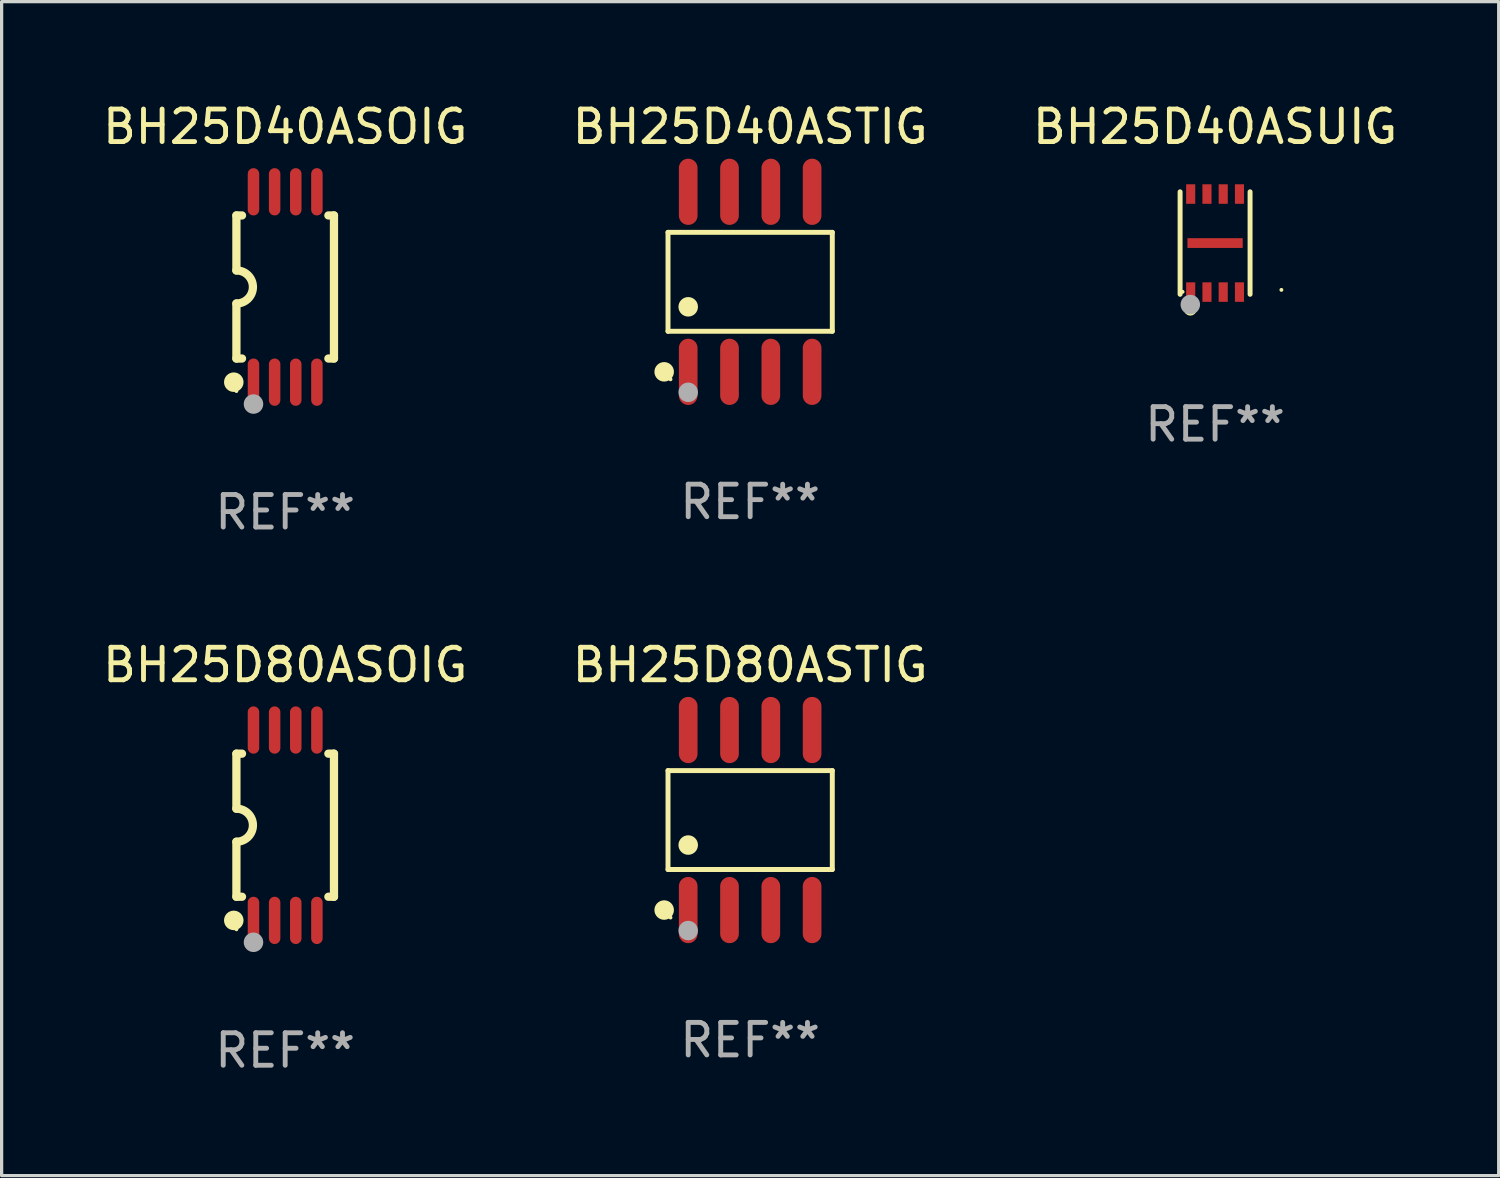
<source format=kicad_pcb>
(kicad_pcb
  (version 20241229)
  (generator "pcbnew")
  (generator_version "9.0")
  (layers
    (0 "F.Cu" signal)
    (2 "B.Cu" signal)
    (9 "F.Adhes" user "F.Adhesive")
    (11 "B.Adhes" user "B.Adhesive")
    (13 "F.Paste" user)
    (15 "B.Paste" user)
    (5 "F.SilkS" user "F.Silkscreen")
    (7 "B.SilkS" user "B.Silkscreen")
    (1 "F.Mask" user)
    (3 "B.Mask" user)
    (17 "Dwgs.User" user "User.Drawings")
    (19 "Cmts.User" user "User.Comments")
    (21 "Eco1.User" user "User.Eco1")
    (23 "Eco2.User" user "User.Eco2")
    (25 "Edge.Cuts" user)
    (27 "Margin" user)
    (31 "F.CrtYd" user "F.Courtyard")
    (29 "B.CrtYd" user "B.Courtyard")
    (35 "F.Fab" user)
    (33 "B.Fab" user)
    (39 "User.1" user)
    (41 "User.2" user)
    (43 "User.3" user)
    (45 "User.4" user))
  (footprint "BH25D80ASTIG"
    (layer "F.Cu")
    (at 20.018 22.167)
    (property "Reference" "BH25D80ASTIG" (at 0 -4.768 0) (layer "F.SilkS") (effects (font (size 1 1) (thickness 0.15))))
    (attr through_hole)
    (fp_line (start -2.526 -1.521) (end 2.526 -1.521) (stroke (width 0.152) (type solid)) (layer "F.SilkS"))
    (fp_line (start -2.526 1.521) (end -2.526 -1.521) (stroke (width 0.152) (type solid)) (layer "F.SilkS"))
    (fp_line (start 2.526 -1.521) (end 2.526 1.521) (stroke (width 0.152) (type solid)) (layer "F.SilkS"))
    (fp_line (start 2.526 1.521) (end -2.526 1.521) (stroke (width 0.152) (type solid)) (layer "F.SilkS"))
    (fp_circle (center -2.644 2.768) (end -2.494 2.768) (stroke (width 0.3) (type solid)) (fill no) (layer "F.SilkS"))
    (fp_circle (center -2.45 2.998) (end -2.42 2.998) (stroke (width 0.06) (type solid)) (fill no) (layer "F.SilkS"))
    (fp_circle (center -1.905 0.769) (end -1.755 0.769) (stroke (width 0.3) (type solid)) (fill no) (layer "F.SilkS"))
    (fp_circle (center -1.905 3.398) (end -1.755 3.398) (stroke (width 0.3) (type solid)) (fill no) (layer "F.Fab"))
    (fp_text user "REF**" (at 0 6.768 0) (layer "F.Fab") (effects (font (size 1 1) (thickness 0.15))))
    (pad "1" smd oval (at -1.905 2.768) (size 0.574 2.036) (layers "F.Cu" "F.Mask" "F.Paste"))
    (pad "2" smd oval (at -0.635 2.768) (size 0.574 2.036) (layers "F.Cu" "F.Mask" "F.Paste"))
    (pad "3" smd oval (at 0.635 2.768) (size 0.574 2.036) (layers "F.Cu" "F.Mask" "F.Paste"))
    (pad "4" smd oval (at 1.905 2.768) (size 0.574 2.036) (layers "F.Cu" "F.Mask" "F.Paste"))
    (pad "5" smd oval (at 1.905 -2.768) (size 0.574 2.036) (layers "F.Cu" "F.Mask" "F.Paste"))
    (pad "6" smd oval (at 0.635 -2.768) (size 0.574 2.036) (layers "F.Cu" "F.Mask" "F.Paste"))
    (pad "7" smd oval (at -0.635 -2.768) (size 0.574 2.036) (layers "F.Cu" "F.Mask" "F.Paste"))
    (pad "8" smd oval (at -1.905 -2.768) (size 0.574 2.036) (layers "F.Cu" "F.Mask" "F.Paste")))
  (footprint "BH25D80ASOIG"
    (layer "F.Cu")
    (at 5.72 22.326)
    (property "Reference" "BH25D80ASOIG" (at 0 -4.927 0) (layer "F.SilkS") (effects (font (size 1 1) (thickness 0.15))))
    (attr through_hole)
    (fp_line (start -1.5 -2.2) (end -1.5 -0.508) (stroke (width 0.254) (type solid)) (layer "F.SilkS"))
    (fp_line (start -1.5 -2.2) (end -1.328 -2.2) (stroke (width 0.254) (type solid)) (layer "F.SilkS"))
    (fp_line (start -1.5 2.2) (end -1.5 0.508) (stroke (width 0.254) (type solid)) (layer "F.SilkS"))
    (fp_line (start -1.5 2.2) (end -1.328 2.2) (stroke (width 0.254) (type solid)) (layer "F.SilkS"))
    (fp_line (start 1.328 -2.2) (end 1.5 -2.2) (stroke (width 0.254) (type solid)) (layer "F.SilkS"))
    (fp_line (start 1.328 2.2) (end 1.5 2.2) (stroke (width 0.254) (type solid)) (layer "F.SilkS"))
    (fp_line (start 1.5 -2.2) (end 1.5 2.2) (stroke (width 0.254) (type solid)) (layer "F.SilkS"))
    (fp_arc (start -1.501144 -0.508) (mid -0.993143 -0.000571) (end -1.5 0.508001) (stroke (width 0.254001) (type solid)) (layer "F.SilkS"))
    (fp_circle (center -1.581 2.927) (end -1.431 2.927) (stroke (width 0.3) (type solid)) (fill no) (layer "F.SilkS"))
    (fp_circle (center -1.5 3.2) (end -1.47 3.2) (stroke (width 0.06) (type solid)) (fill no) (layer "F.SilkS"))
    (fp_circle (center -0.975 3.6) (end -0.825 3.6) (stroke (width 0.3) (type solid)) (fill no) (layer "F.Fab"))
    (fp_text user "REF**" (at 0 6.927 0) (layer "F.Fab") (effects (font (size 1 1) (thickness 0.15))))
    (pad "1" smd oval (at -0.975 2.927) (size 0.353 1.454) (layers "F.Cu" "F.Mask" "F.Paste"))
    (pad "2" smd oval (at -0.325 2.927) (size 0.353 1.454) (layers "F.Cu" "F.Mask" "F.Paste"))
    (pad "3" smd oval (at 0.325 2.927) (size 0.353 1.454) (layers "F.Cu" "F.Mask" "F.Paste"))
    (pad "4" smd oval (at 0.975 2.927) (size 0.353 1.454) (layers "F.Cu" "F.Mask" "F.Paste"))
    (pad "5" smd oval (at 0.975 -2.927) (size 0.353 1.454) (layers "F.Cu" "F.Mask" "F.Paste"))
    (pad "6" smd oval (at 0.325 -2.927) (size 0.353 1.454) (layers "F.Cu" "F.Mask" "F.Paste"))
    (pad "7" smd oval (at -0.325 -2.927) (size 0.353 1.454) (layers "F.Cu" "F.Mask" "F.Paste"))
    (pad "8" smd oval (at -0.975 -2.927) (size 0.353 1.454) (layers "F.Cu" "F.Mask" "F.Paste")))
  (footprint "BH25D40ASUIG"
    (layer "F.Cu")
    (at 34.315 4.424)
    (property "Reference" "BH25D40ASUIG" (at 0 -3.576 0) (layer "F.SilkS") (effects (font (size 1 1) (thickness 0.15))))
    (attr through_hole)
    (fp_line (start -1.076 -1.576) (end -1.076 1.576) (stroke (width 0.152) (type solid)) (layer "F.SilkS"))
    (fp_line (start 1.076 1.576) (end 1.076 -1.576) (stroke (width 0.152) (type solid)) (layer "F.SilkS"))
    (fp_circle (center -1 1.5) (end -0.97 1.5) (stroke (width 0.06) (type solid)) (fill no) (layer "F.SilkS"))
    (fp_circle (center -0.762 2.032) (end -0.662 2.032) (stroke (width 0.2) (type solid)) (fill no) (layer "F.SilkS"))
    (fp_circle (center 2.039 1.44) (end 2.069 1.44) (stroke (width 0.06) (type solid)) (fill no) (layer "F.SilkS"))
    (fp_circle (center -0.762 1.892) (end -0.612 1.892) (stroke (width 0.3) (type solid)) (fill no) (layer "F.Fab"))
    (fp_text user "REF**" (at 0 5.576 0) (layer "F.Fab") (effects (font (size 1 1) (thickness 0.15))))
    (pad "1" smd rect (at -0.75 1.508 270) (size 0.6 0.28) (layers "F.Cu" "F.Mask" "F.Paste"))
    (pad "2" smd rect (at -0.25 1.508 270) (size 0.6 0.28) (layers "F.Cu" "F.Mask" "F.Paste"))
    (pad "3" smd rect (at 0.25 1.508 270) (size 0.6 0.28) (layers "F.Cu" "F.Mask" "F.Paste"))
    (pad "4" smd rect (at 0.75 1.508 270) (size 0.6 0.28) (layers "F.Cu" "F.Mask" "F.Paste"))
    (pad "5" smd rect (at 0.75 -1.507 270) (size 0.6 0.28) (layers "F.Cu" "F.Mask" "F.Paste"))
    (pad "6" smd rect (at 0.25 -1.507 270) (size 0.6 0.28) (layers "F.Cu" "F.Mask" "F.Paste"))
    (pad "7" smd rect (at -0.25 -1.507 270) (size 0.6 0.28) (layers "F.Cu" "F.Mask" "F.Paste"))
    (pad "8" smd rect (at -0.75 -1.507 270) (size 0.6 0.28) (layers "F.Cu" "F.Mask" "F.Paste"))
    (pad "9" smd rect (at -0.000089 0.00014 90) (size 0.3 1.7) (layers "F.Cu" "F.Mask" "F.Paste")))
  (footprint "BH25D40ASTIG"
    (layer "F.Cu")
    (at 20.018 5.616)
    (property "Reference" "BH25D40ASTIG" (at 0 -4.768 0) (layer "F.SilkS") (effects (font (size 1 1) (thickness 0.15))))
    (attr through_hole)
    (fp_line (start -2.526 -1.521) (end 2.526 -1.521) (stroke (width 0.152) (type solid)) (layer "F.SilkS"))
    (fp_line (start -2.526 1.521) (end -2.526 -1.521) (stroke (width 0.152) (type solid)) (layer "F.SilkS"))
    (fp_line (start 2.526 -1.521) (end 2.526 1.521) (stroke (width 0.152) (type solid)) (layer "F.SilkS"))
    (fp_line (start 2.526 1.521) (end -2.526 1.521) (stroke (width 0.152) (type solid)) (layer "F.SilkS"))
    (fp_circle (center -2.644 2.768) (end -2.494 2.768) (stroke (width 0.3) (type solid)) (fill no) (layer "F.SilkS"))
    (fp_circle (center -2.45 2.998) (end -2.42 2.998) (stroke (width 0.06) (type solid)) (fill no) (layer "F.SilkS"))
    (fp_circle (center -1.905 0.769) (end -1.755 0.769) (stroke (width 0.3) (type solid)) (fill no) (layer "F.SilkS"))
    (fp_circle (center -1.905 3.398) (end -1.755 3.398) (stroke (width 0.3) (type solid)) (fill no) (layer "F.Fab"))
    (fp_text user "REF**" (at 0 6.768 0) (layer "F.Fab") (effects (font (size 1 1) (thickness 0.15))))
    (pad "1" smd oval (at -1.905 2.768) (size 0.574 2.036) (layers "F.Cu" "F.Mask" "F.Paste"))
    (pad "2" smd oval (at -0.635 2.768) (size 0.574 2.036) (layers "F.Cu" "F.Mask" "F.Paste"))
    (pad "3" smd oval (at 0.635 2.768) (size 0.574 2.036) (layers "F.Cu" "F.Mask" "F.Paste"))
    (pad "4" smd oval (at 1.905 2.768) (size 0.574 2.036) (layers "F.Cu" "F.Mask" "F.Paste"))
    (pad "5" smd oval (at 1.905 -2.768) (size 0.574 2.036) (layers "F.Cu" "F.Mask" "F.Paste"))
    (pad "6" smd oval (at 0.635 -2.768) (size 0.574 2.036) (layers "F.Cu" "F.Mask" "F.Paste"))
    (pad "7" smd oval (at -0.635 -2.768) (size 0.574 2.036) (layers "F.Cu" "F.Mask" "F.Paste"))
    (pad "8" smd oval (at -1.905 -2.768) (size 0.574 2.036) (layers "F.Cu" "F.Mask" "F.Paste")))
  (footprint "BH25D40ASOIG"
    (layer "F.Cu")
    (at 5.72 5.775)
    (property "Reference" "BH25D40ASOIG" (at 0 -4.927 0) (layer "F.SilkS") (effects (font (size 1 1) (thickness 0.15))))
    (attr through_hole)
    (fp_line (start -1.5 -2.2) (end -1.5 -0.508) (stroke (width 0.254) (type solid)) (layer "F.SilkS"))
    (fp_line (start -1.5 -2.2) (end -1.328 -2.2) (stroke (width 0.254) (type solid)) (layer "F.SilkS"))
    (fp_line (start -1.5 2.2) (end -1.5 0.508) (stroke (width 0.254) (type solid)) (layer "F.SilkS"))
    (fp_line (start -1.5 2.2) (end -1.328 2.2) (stroke (width 0.254) (type solid)) (layer "F.SilkS"))
    (fp_line (start 1.328 -2.2) (end 1.5 -2.2) (stroke (width 0.254) (type solid)) (layer "F.SilkS"))
    (fp_line (start 1.328 2.2) (end 1.5 2.2) (stroke (width 0.254) (type solid)) (layer "F.SilkS"))
    (fp_line (start 1.5 -2.2) (end 1.5 2.2) (stroke (width 0.254) (type solid)) (layer "F.SilkS"))
    (fp_arc (start -1.501144 -0.508) (mid -0.993143 -0.000571) (end -1.5 0.508001) (stroke (width 0.254001) (type solid)) (layer "F.SilkS"))
    (fp_circle (center -1.581 2.927) (end -1.431 2.927) (stroke (width 0.3) (type solid)) (fill no) (layer "F.SilkS"))
    (fp_circle (center -1.5 3.2) (end -1.47 3.2) (stroke (width 0.06) (type solid)) (fill no) (layer "F.SilkS"))
    (fp_circle (center -0.975 3.6) (end -0.825 3.6) (stroke (width 0.3) (type solid)) (fill no) (layer "F.Fab"))
    (fp_text user "REF**" (at 0 6.927 0) (layer "F.Fab") (effects (font (size 1 1) (thickness 0.15))))
    (pad "1" smd oval (at -0.975 2.927) (size 0.353 1.454) (layers "F.Cu" "F.Mask" "F.Paste"))
    (pad "2" smd oval (at -0.325 2.927) (size 0.353 1.454) (layers "F.Cu" "F.Mask" "F.Paste"))
    (pad "3" smd oval (at 0.325 2.927) (size 0.353 1.454) (layers "F.Cu" "F.Mask" "F.Paste"))
    (pad "4" smd oval (at 0.975 2.927) (size 0.353 1.454) (layers "F.Cu" "F.Mask" "F.Paste"))
    (pad "5" smd oval (at 0.975 -2.927) (size 0.353 1.454) (layers "F.Cu" "F.Mask" "F.Paste"))
    (pad "6" smd oval (at 0.325 -2.927) (size 0.353 1.454) (layers "F.Cu" "F.Mask" "F.Paste"))
    (pad "7" smd oval (at -0.325 -2.927) (size 0.353 1.454) (layers "F.Cu" "F.Mask" "F.Paste"))
    (pad "8" smd oval (at -0.975 -2.927) (size 0.353 1.454) (layers "F.Cu" "F.Mask" "F.Paste")))
  (gr_rect
    (start -3 -3)
    (end 43.036 33.101)
    (stroke (width 0.1) (type default))
    (fill no)
    (layer "Edge.Cuts")))
</source>
